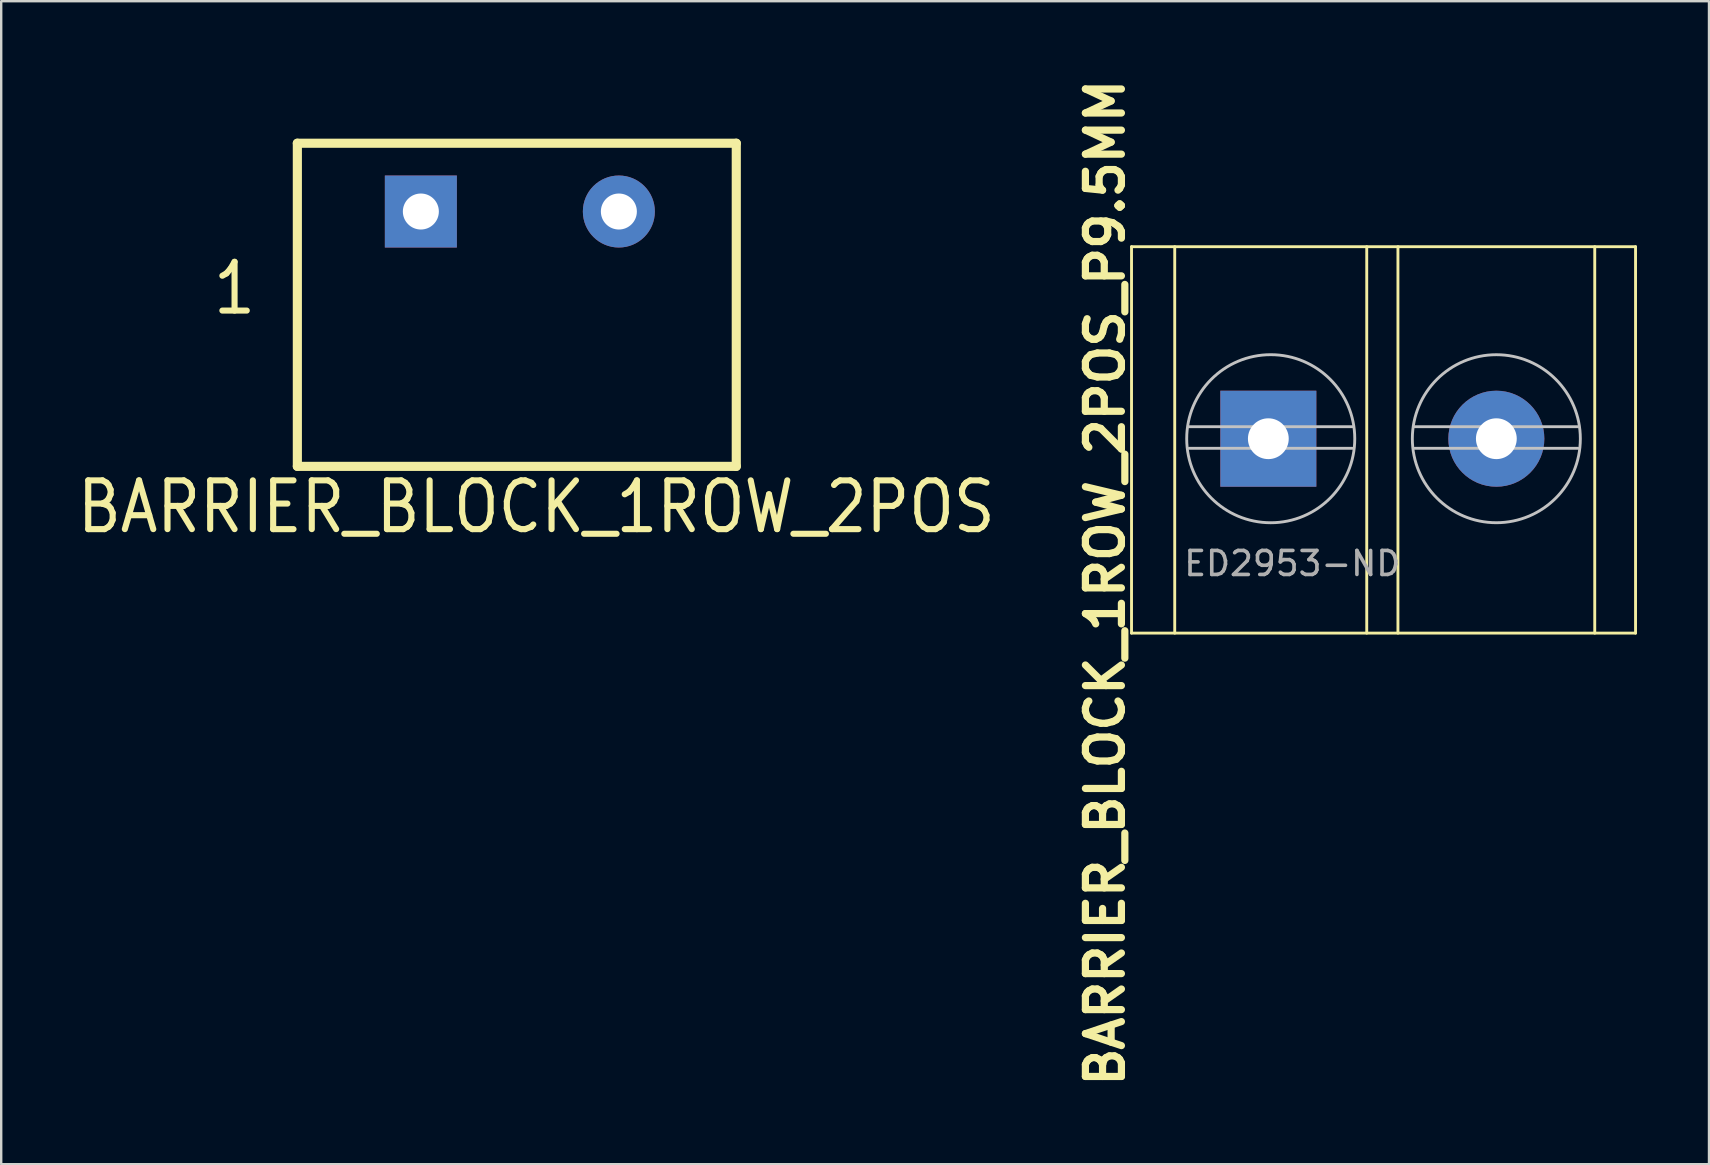
<source format=kicad_pcb>
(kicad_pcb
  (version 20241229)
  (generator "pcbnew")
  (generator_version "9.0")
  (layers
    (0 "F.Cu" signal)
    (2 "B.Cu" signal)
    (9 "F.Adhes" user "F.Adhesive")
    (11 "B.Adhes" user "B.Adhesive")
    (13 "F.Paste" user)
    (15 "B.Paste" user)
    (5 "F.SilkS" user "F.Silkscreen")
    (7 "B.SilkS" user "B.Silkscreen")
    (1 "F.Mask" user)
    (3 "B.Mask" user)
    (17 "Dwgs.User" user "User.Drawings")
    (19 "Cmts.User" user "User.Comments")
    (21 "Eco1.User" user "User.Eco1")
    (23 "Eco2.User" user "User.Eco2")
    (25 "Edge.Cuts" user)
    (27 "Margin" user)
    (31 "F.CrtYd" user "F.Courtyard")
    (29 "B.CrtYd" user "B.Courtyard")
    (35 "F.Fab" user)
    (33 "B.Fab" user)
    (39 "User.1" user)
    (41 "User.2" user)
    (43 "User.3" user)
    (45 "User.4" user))
  (footprint "BARRIER_BLOCK_1ROW_2POS_P9.5MM"
    (layer "F.Cu")
    (at 44.095 23.329)
    (property "Reference" "BARRIER_BLOCK_1ROW_2POS_P9.5MM" (at -1.1 -2.1 270) (layer "F.SilkS") (effects (font (size 1.5 1.5) (thickness 0.3))))
    (attr through_hole)
    (fp_line (start 0 -16.1) (end 0 0) (stroke (width 0.12) (type solid)) (layer "F.SilkS"))
    (fp_line (start 0 0) (end 21 0) (stroke (width 0.12) (type solid)) (layer "F.SilkS"))
    (fp_line (start 1.8 0) (end 1.8 -16.1) (stroke (width 0.12) (type solid)) (layer "F.SilkS"))
    (fp_line (start 9.8 -16.1) (end 9.8 0) (stroke (width 0.12) (type solid)) (layer "F.SilkS"))
    (fp_line (start 11.1 0) (end 11.1 -16.1) (stroke (width 0.12) (type solid)) (layer "F.SilkS"))
    (fp_line (start 19.3 0) (end 19.3 -16.1) (stroke (width 0.12) (type solid)) (layer "F.SilkS"))
    (fp_line (start 21 -16.1) (end 0 -16.1) (stroke (width 0.12) (type solid)) (layer "F.SilkS"))
    (fp_line (start 21 0) (end 21 -16.1) (stroke (width 0.12) (type solid)) (layer "F.SilkS"))
    (fp_line (start 9.2 -8.6) (end 2.4 -8.6) (stroke (width 0.12) (type solid)) (layer "Dwgs.User"))
    (fp_line (start 9.2 -7.7) (end 2.4 -7.7) (stroke (width 0.12) (type solid)) (layer "Dwgs.User"))
    (fp_line (start 11.8 -8.6) (end 18.6 -8.6) (stroke (width 0.12) (type solid)) (layer "Dwgs.User"))
    (fp_line (start 11.8 -7.7) (end 18.6 -7.7) (stroke (width 0.12) (type solid)) (layer "Dwgs.User"))
    (fp_circle (center 5.8 -8.1) (end 9.301 -8.1) (stroke (width 0.12) (type solid)) (fill no) (layer "Dwgs.User"))
    (fp_circle (center 15.2 -8.1) (end 18.7 -8.1) (stroke (width 0.12) (type solid)) (fill no) (layer "Dwgs.User"))
    (fp_text user "ED2953-ND" (at 6.7 -2.9 0) (layer "F.Fab") (effects (font (size 1 1) (thickness 0.15))))
    (pad "1" thru_hole rect (at 5.7 -8.1) (size 4 4) (drill 1.7) (layers "*.Cu" "*.Mask"))
    (pad "2" thru_hole circle (at 15.2 -8.1) (size 4 4) (drill 1.7) (layers "*.Cu" "*.Mask")))
  (footprint "BARRIER_BLOCK_1ROW_2POS"
    (layer "F.Cu")
    (at 18.483 9.649)
    (property "Reference" "BARRIER_BLOCK_1ROW_2POS" (at 0.813 8.42 0) (layer "F.SilkS") (effects (font (size 2.032 1.778) (thickness 0.254))))
    (property "Value" "BARRIER_BLOCK_1ROW_2POS" (at 0.406 -0.457 0) (layer "F.Fab") (hide yes) (effects (font (size 1 1) (thickness 0.152))))
    (attr through_hole)
    (fp_line (start -9.144 -6.731) (end -9.144 6.731) (stroke (width 0.381) (type solid)) (layer "F.SilkS"))
    (fp_line (start -9.144 -6.731) (end 9.144 -6.731) (stroke (width 0.381) (type solid)) (layer "F.SilkS"))
    (fp_line (start -9.144 6.731) (end 9.144 6.731) (stroke (width 0.381) (type solid)) (layer "F.SilkS"))
    (fp_line (start 9.144 -6.731) (end 9.144 6.731) (stroke (width 0.381) (type solid)) (layer "F.SilkS"))
    (fp_line (start -8.763 -6.477) (end -8.763 6.477) (stroke (width 0.254) (type solid)) (layer "Eco1.User"))
    (fp_line (start -8.763 6.477) (end -7.493 6.477) (stroke (width 0.254) (type solid)) (layer "Eco1.User"))
    (fp_line (start -7.493 -6.477) (end -8.763 -6.477) (stroke (width 0.254) (type solid)) (layer "Eco1.User"))
    (fp_line (start -7.493 -5.664) (end -7.493 -4.394) (stroke (width 0.254) (type solid)) (layer "Eco1.User"))
    (fp_line (start -7.493 -4.394) (end -0.635 -4.394) (stroke (width 0.254) (type solid)) (layer "Eco1.User"))
    (fp_line (start -7.493 4.394) (end -7.493 5.664) (stroke (width 0.254) (type solid)) (layer "Eco1.User"))
    (fp_line (start -7.493 5.664) (end -0.635 5.664) (stroke (width 0.254) (type solid)) (layer "Eco1.User"))
    (fp_line (start -7.493 6.477) (end -7.493 -6.477) (stroke (width 0.254) (type solid)) (layer "Eco1.User"))
    (fp_line (start -2.54 -2.311) (end -5.969 2.057) (stroke (width 0.254) (type solid)) (layer "Eco1.User"))
    (fp_line (start -2.337 -2.184) (end -5.766 2.184) (stroke (width 0.254) (type solid)) (layer "Eco1.User"))
    (fp_line (start -2.134 -2.032) (end -5.563 2.337) (stroke (width 0.254) (type solid)) (layer "Eco1.User"))
    (fp_line (start -0.635 -6.477) (end -0.635 6.477) (stroke (width 0.254) (type solid)) (layer "Eco1.User"))
    (fp_line (start -0.635 -5.664) (end -7.493 -5.664) (stroke (width 0.254) (type solid)) (layer "Eco1.User"))
    (fp_line (start -0.635 -4.394) (end -0.635 -5.664) (stroke (width 0.254) (type solid)) (layer "Eco1.User"))
    (fp_line (start -0.635 4.394) (end -7.493 4.394) (stroke (width 0.254) (type solid)) (layer "Eco1.User"))
    (fp_line (start -0.635 5.664) (end -0.635 4.394) (stroke (width 0.254) (type solid)) (layer "Eco1.User"))
    (fp_line (start -0.635 6.477) (end 0.635 6.477) (stroke (width 0.254) (type solid)) (layer "Eco1.User"))
    (fp_line (start 0.635 -6.477) (end -0.635 -6.477) (stroke (width 0.254) (type solid)) (layer "Eco1.User"))
    (fp_line (start 0.635 -5.664) (end 0.635 -4.394) (stroke (width 0.254) (type solid)) (layer "Eco1.User"))
    (fp_line (start 0.635 -4.394) (end 7.493 -4.394) (stroke (width 0.254) (type solid)) (layer "Eco1.User"))
    (fp_line (start 0.635 4.394) (end 0.635 5.664) (stroke (width 0.254) (type solid)) (layer "Eco1.User"))
    (fp_line (start 0.635 5.664) (end 7.493 5.664) (stroke (width 0.254) (type solid)) (layer "Eco1.User"))
    (fp_line (start 0.635 6.477) (end 0.635 -6.477) (stroke (width 0.254) (type solid)) (layer "Eco1.User"))
    (fp_line (start 5.588 -2.311) (end 2.159 2.057) (stroke (width 0.254) (type solid)) (layer "Eco1.User"))
    (fp_line (start 5.791 -2.184) (end 2.362 2.184) (stroke (width 0.254) (type solid)) (layer "Eco1.User"))
    (fp_line (start 5.994 -2.032) (end 2.565 2.337) (stroke (width 0.254) (type solid)) (layer "Eco1.User"))
    (fp_line (start 7.493 -6.477) (end 7.493 6.477) (stroke (width 0.254) (type solid)) (layer "Eco1.User"))
    (fp_line (start 7.493 -5.664) (end 0.635 -5.664) (stroke (width 0.254) (type solid)) (layer "Eco1.User"))
    (fp_line (start 7.493 -4.394) (end 7.493 -5.664) (stroke (width 0.254) (type solid)) (layer "Eco1.User"))
    (fp_line (start 7.493 4.394) (end 0.635 4.394) (stroke (width 0.254) (type solid)) (layer "Eco1.User"))
    (fp_line (start 7.493 5.664) (end 7.493 4.394) (stroke (width 0.254) (type solid)) (layer "Eco1.User"))
    (fp_line (start 7.493 6.477) (end 8.763 6.477) (stroke (width 0.254) (type solid)) (layer "Eco1.User"))
    (fp_line (start 8.763 -6.477) (end 7.493 -6.477) (stroke (width 0.254) (type solid)) (layer "Eco1.User"))
    (fp_line (start 8.763 6.477) (end 8.763 -6.477) (stroke (width 0.254) (type solid)) (layer "Eco1.User"))
    (fp_circle (center -4.064 0) (end -1.27 0.076) (stroke (width 0.254) (type solid)) (fill no) (layer "Eco1.User"))
    (fp_circle (center 4.064 0) (end 6.858 0.076) (stroke (width 0.254) (type solid)) (fill no) (layer "Eco1.User"))
    (fp_text user "1" (at -11.76 -0.686 0) (layer "F.SilkS") (effects (font (size 2.032 1.778) (thickness 0.254))))
    (fp_text user "${VALUE}" (at 0.178 -8.23 0) (layer "Eco1.User") (effects (font (size 1.778 1.524) (thickness 0.216))))
    (fp_text user "${REFERENCE}" (at 0.635 8.357 0) (layer "Eco1.User") (effects (font (size 1.778 1.524) (thickness 0.216))))
    (pad "1" thru_hole rect (at -3.998 -3.886) (size 3 3) (drill 1.5) (layers "*.Cu" "*.Mask"))
    (pad "2" thru_hole circle (at 4.252 -3.886) (size 3 3) (drill 1.5) (layers "*.Cu" "*.Mask")))
  (gr_rect
    (start -3 -3)
    (end 68.155 45.457)
    (stroke (width 0.1) (type default))
    (fill no)
    (layer "Edge.Cuts")))
</source>
